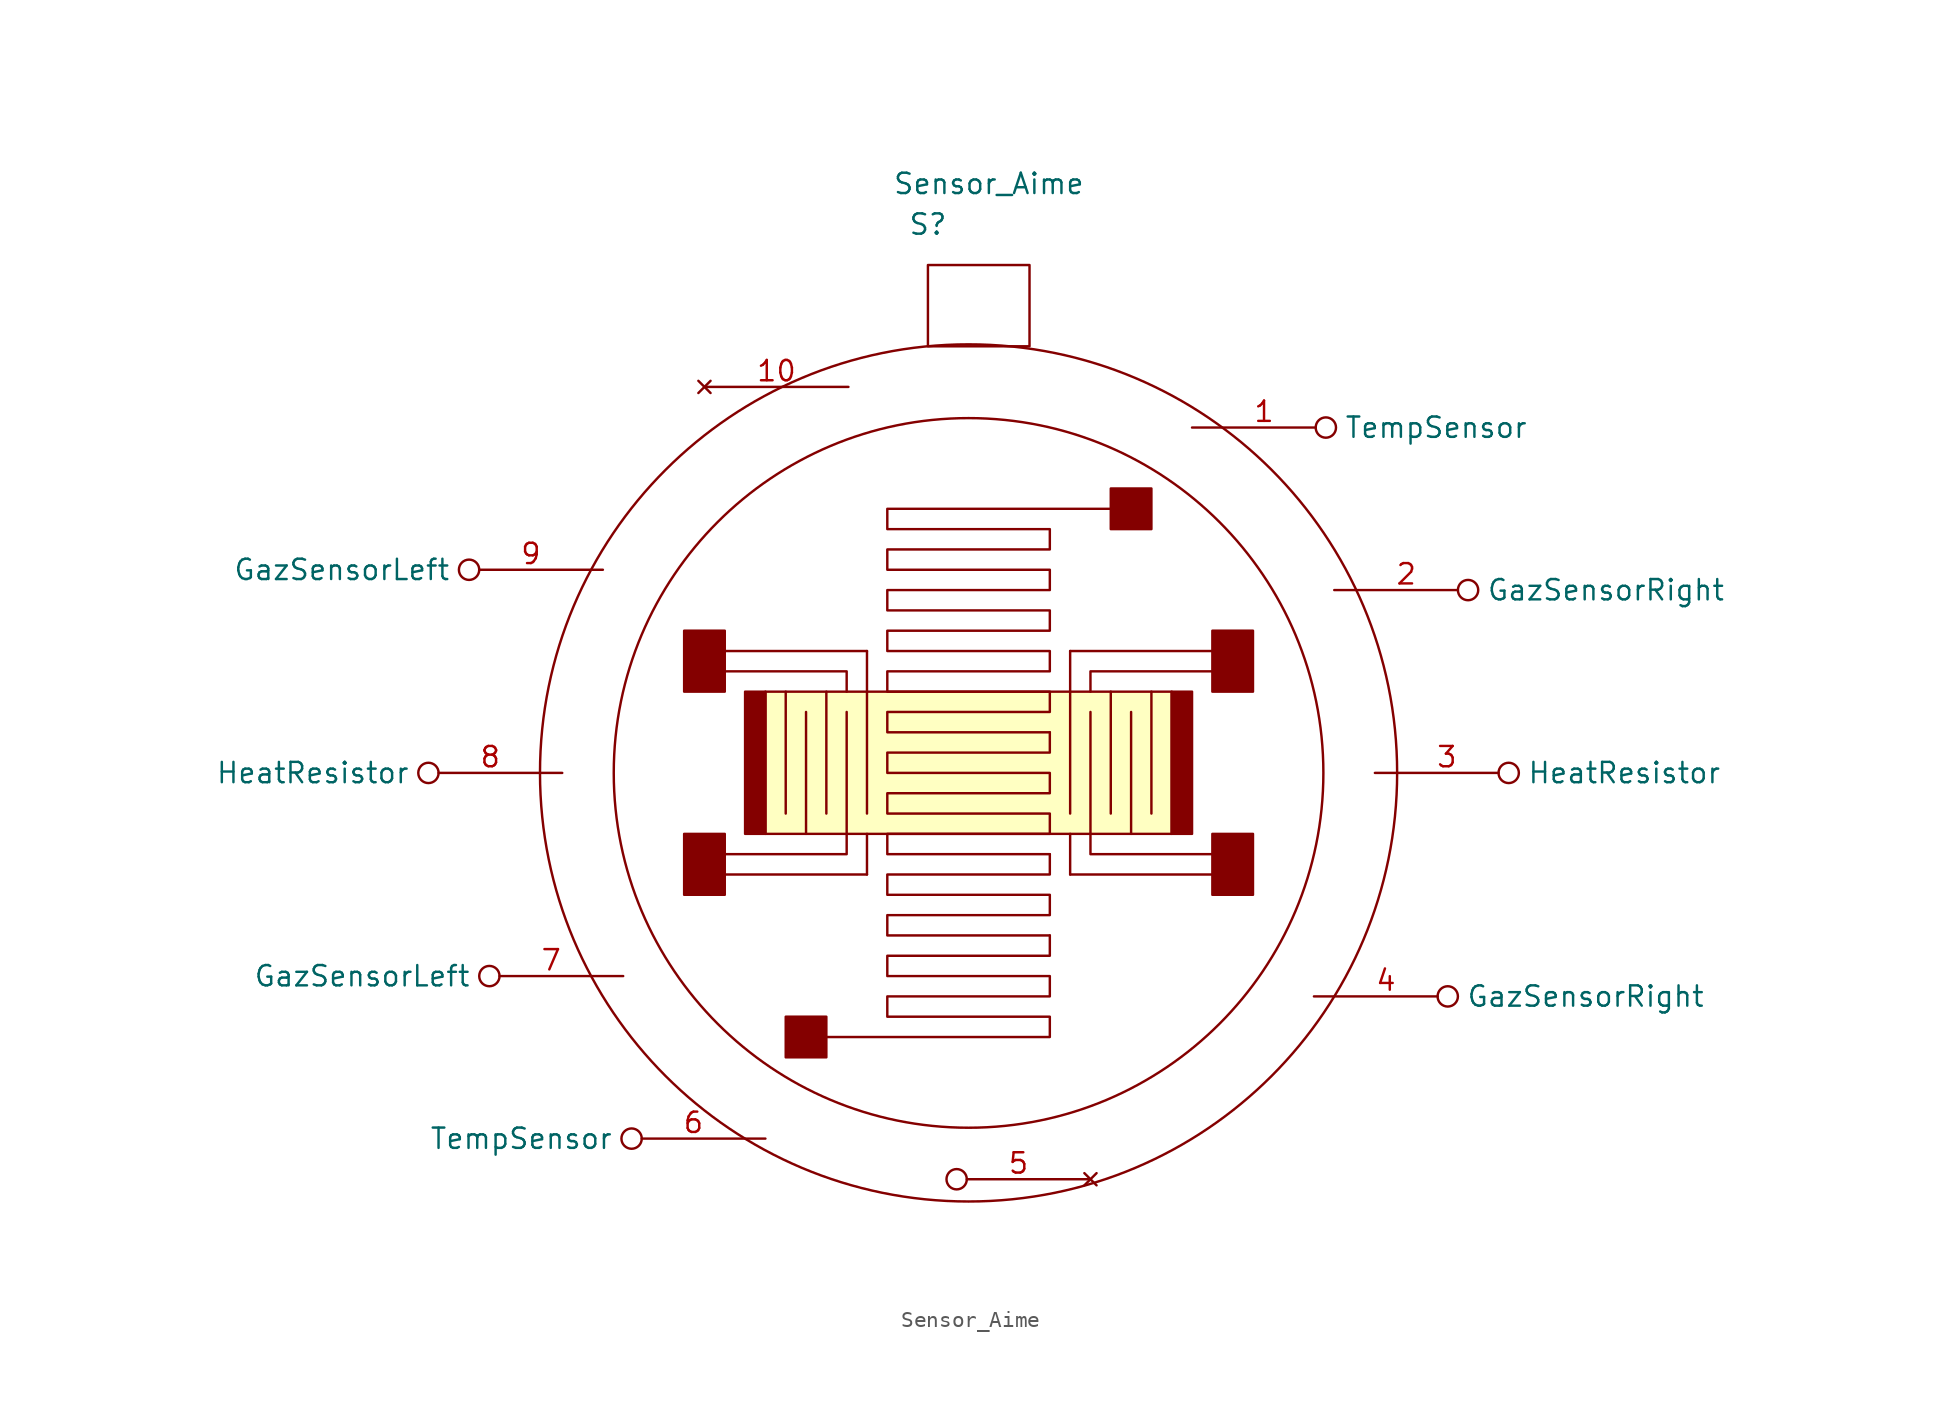
<source format=kicad_sym>
(kicad_symbol_lib
  (version 20211014)
  (generator kicad_symbol_editor)
  (symbol "Sensor_Aime"
    (property "Reference" "S"
      (at -2.54 34.29 0)
      (effects (font (size 1.27 1.27))))
    (property "Value" "Sensor_Aime"
      (at 1.27 36.83 0)
      (effects (font (size 1.27 1.27))))
    (symbol "Sensor_Aime_0_1"
      (rectangle (start -17.78 8.89) (end -15.24 5.08) (stroke (width 0) (type default) (color 0 0 0 0)) (fill (type outline)))
      (rectangle (start -15.24 -3.81) (end -17.78 -7.62) (stroke (width 0) (type default) (color 0 0 0 0)) (fill (type outline)))
      (rectangle (start -12.7 5.08) (end -13.97 -3.81) (stroke (width 0) (type default) (color 0 0 0 0)) (fill (type outline)))
      (rectangle (start -12.7 5.08) (end 12.7 -3.81) (stroke (width 0) (type default) (color 0 0 0 0)) (fill (type background)))
      (rectangle (start -11.43 -15.24) (end -8.89 -17.78) (stroke (width 0) (type default) (color 0 0 0 0)) (fill (type outline)))
      (rectangle (start -2.54 31.75) (end 3.81 26.67) (stroke (width 0) (type default) (color 0 0 0 0)) (fill (type none)))
      (polyline (pts (xy -15.24 -6.35) (xy -6.35 -6.35)) (stroke (width 0) (type default) (color 0 0 0 0)) (fill (type none)))
      (polyline (pts (xy -15.24 7.62) (xy -6.35 7.62)) (stroke (width 0) (type default) (color 0 0 0 0)) (fill (type none)))
      (polyline (pts (xy -11.43 5.08) (xy -11.43 -2.54)) (stroke (width 0) (type default) (color 0 0 0 0)) (fill (type none)))
      (polyline (pts (xy -10.16 -3.81) (xy -10.16 3.81)) (stroke (width 0) (type default) (color 0 0 0 0)) (fill (type none)))
      (polyline (pts (xy -8.89 5.08) (xy -8.89 -2.54)) (stroke (width 0) (type default) (color 0 0 0 0)) (fill (type none)))
      (polyline (pts (xy -7.62 -3.81) (xy -7.62 3.81)) (stroke (width 0) (type default) (color 0 0 0 0)) (fill (type none)))
      (polyline (pts (xy -6.35 -6.35) (xy -6.35 -3.81)) (stroke (width 0) (type default) (color 0 0 0 0)) (fill (type none)))
      (polyline (pts (xy -6.35 5.08) (xy -6.35 -2.54)) (stroke (width 0) (type default) (color 0 0 0 0)) (fill (type none)))
      (polyline (pts (xy -6.35 7.62) (xy -6.35 5.08)) (stroke (width 0) (type default) (color 0 0 0 0)) (fill (type none)))
      (polyline (pts (xy 6.35 -6.35) (xy 6.35 -3.81)) (stroke (width 0) (type default) (color 0 0 0 0)) (fill (type none)))
      (polyline (pts (xy 6.35 5.08) (xy 6.35 -2.54)) (stroke (width 0) (type default) (color 0 0 0 0)) (fill (type none)))
      (polyline (pts (xy 6.35 7.62) (xy 6.35 5.08)) (stroke (width 0) (type default) (color 0 0 0 0)) (fill (type none)))
      (polyline (pts (xy 7.62 -3.81) (xy 7.62 3.81)) (stroke (width 0) (type default) (color 0 0 0 0)) (fill (type none)))
      (polyline (pts (xy 8.89 5.08) (xy 8.89 -2.54)) (stroke (width 0) (type default) (color 0 0 0 0)) (fill (type none)))
      (polyline (pts (xy 10.16 -3.81) (xy 10.16 3.81)) (stroke (width 0) (type default) (color 0 0 0 0)) (fill (type none)))
      (polyline (pts (xy 11.43 5.08) (xy 11.43 -2.54)) (stroke (width 0) (type default) (color 0 0 0 0)) (fill (type none)))
      (polyline (pts (xy 15.24 -6.35) (xy 6.35 -6.35)) (stroke (width 0) (type default) (color 0 0 0 0)) (fill (type none)))
      (polyline (pts (xy 15.24 7.62) (xy 6.35 7.62)) (stroke (width 0) (type default) (color 0 0 0 0)) (fill (type none)))
      (polyline (pts (xy -15.24 -5.08) (xy -7.62 -5.08) (xy -7.62 -3.81)) (stroke (width 0) (type default) (color 0 0 0 0)) (fill (type none)))
      (polyline (pts (xy -15.24 6.35) (xy -7.62 6.35) (xy -7.62 5.08)) (stroke (width 0) (type default) (color 0 0 0 0)) (fill (type none)))
      (polyline (pts (xy 15.24 -5.08) (xy 7.62 -5.08) (xy 7.62 -3.81)) (stroke (width 0) (type default) (color 0 0 0 0)) (fill (type none)))
      (polyline (pts (xy 15.24 6.35) (xy 7.62 6.35) (xy 7.62 5.08)) (stroke (width 0) (type default) (color 0 0 0 0)) (fill (type none)))
      (polyline (pts (xy 5.08 -5.08) (xy 5.08 -6.35) (xy -5.08 -6.35) (xy -5.08 -7.62) (xy 5.08 -7.62) (xy 5.08 -8.89) (xy -5.08 -8.89) (xy -5.08 -10.16) (xy 5.08 -10.16)) (stroke (width 0) (type default) (color 0 0 0 0)) (fill (type none)))
      (polyline (pts (xy 5.08 -10.16) (xy 5.08 -11.43) (xy -5.08 -11.43) (xy -5.08 -12.7) (xy 5.08 -12.7) (xy 5.08 -13.97) (xy -5.08 -13.97) (xy -5.08 -15.24) (xy 5.08 -15.24) (xy 5.08 -16.51) (xy -8.89 -16.51)) (stroke (width 0) (type default) (color 0 0 0 0)) (fill (type none)))
      (polyline (pts (xy 5.08 2.54) (xy 5.08 1.27) (xy -5.08 1.27) (xy -5.08 0) (xy 5.08 0) (xy 5.08 -1.27) (xy -5.08 -1.27) (xy -5.08 -2.54) (xy 5.08 -2.54) (xy 5.08 -3.81) (xy -5.08 -3.81) (xy -5.08 -5.08) (xy 5.08 -5.08)) (stroke (width 0) (type default) (color 0 0 0 0)) (fill (type none)))
      (polyline (pts (xy 5.08 2.54) (xy -5.08 2.54) (xy -5.08 3.81) (xy 5.08 3.81) (xy 5.08 5.08) (xy -5.08 5.08) (xy -5.08 6.35) (xy 5.08 6.35) (xy 5.08 7.62) (xy -5.08 7.62) (xy -5.08 8.89) (xy 5.08 8.89) (xy 5.08 10.16) (xy -5.08 10.16) (xy -5.08 11.43) (xy 5.08 11.43) (xy 5.08 12.7) (xy -5.08 12.7) (xy -5.08 13.97) (xy 5.08 13.97) (xy 5.08 15.24) (xy -5.08 15.24) (xy -5.08 16.51) (xy 10.16 16.51)) (stroke (width 0) (type default) (color 0 0 0 0)) (fill (type none)))
      (circle (center 0 0) (radius 22.18) (stroke (width 0) (type default) (color 0 0 0 0)) (fill (type none)))
      (circle (center 0 0) (radius 26.791) (stroke (width 0) (type default) (color 0 0 0 0)) (fill (type none)))
      (rectangle (start 8.89 17.78) (end 11.43 15.24) (stroke (width 0) (type default) (color 0 0 0 0)) (fill (type outline)))
      (rectangle (start 13.97 5.08) (end 12.7 -3.81) (stroke (width 0) (type default) (color 0 0 0 0)) (fill (type outline)))
      (rectangle (start 15.24 5.08) (end 17.78 8.89) (stroke (width 0) (type default) (color 0 0 0 0)) (fill (type outline)))
      (rectangle (start 17.78 -7.62) (end 15.24 -3.81) (stroke (width 0) (type default) (color 0 0 0 0)) (fill (type outline))))
    (symbol "Sensor_Aime_1_1"
      (pin input inverted (at 13.97 21.59 0) (length 9) (name "TempSensor" (effects (font (size 1.27 1.27)))) (number "1" (effects (font (size 1.27 1.27)))))
      (pin no_connect line (at -16.51 24.13 0) (length 9) (name "" (effects (font (size 1.27 1.27)))) (number "10" (effects (font (size 1.27 1.27)))))
      (pin input inverted (at 22.86 11.43 0) (length 9) (name "GazSensorRight" (effects (font (size 1.27 1.27)))) (number "2" (effects (font (size 1.27 1.27)))))
      (pin input inverted (at 25.4 0 0) (length 9) (name "HeatResistor" (effects (font (size 1.27 1.27)))) (number "3" (effects (font (size 1.27 1.27)))))
      (pin input inverted (at 21.59 -13.97 0) (length 9) (name "GazSensorRight" (effects (font (size 1.27 1.27)))) (number "4" (effects (font (size 1.27 1.27)))))
      (pin no_connect inverted (at 7.62 -25.4 180) (length 9) (name "" (effects (font (size 1.27 1.27)))) (number "5" (effects (font (size 1.27 1.27)))))
      (pin input inverted (at -12.7 -22.86 180) (length 9) (name "TempSensor" (effects (font (size 1.27 1.27)))) (number "6" (effects (font (size 1.27 1.27)))))
      (pin input inverted (at -21.59 -12.7 180) (length 9) (name "GazSensorLeft" (effects (font (size 1.27 1.27)))) (number "7" (effects (font (size 1.27 1.27)))))
      (pin input inverted (at -25.4 0 180) (length 9) (name "HeatResistor" (effects (font (size 1.27 1.27)))) (number "8" (effects (font (size 1.27 1.27)))))
      (pin input inverted (at -22.86 12.7 180) (length 9) (name "GazSensorLeft" (effects (font (size 1.27 1.27)))) (number "9" (effects (font (size 1.27 1.27))))))))
</source>
